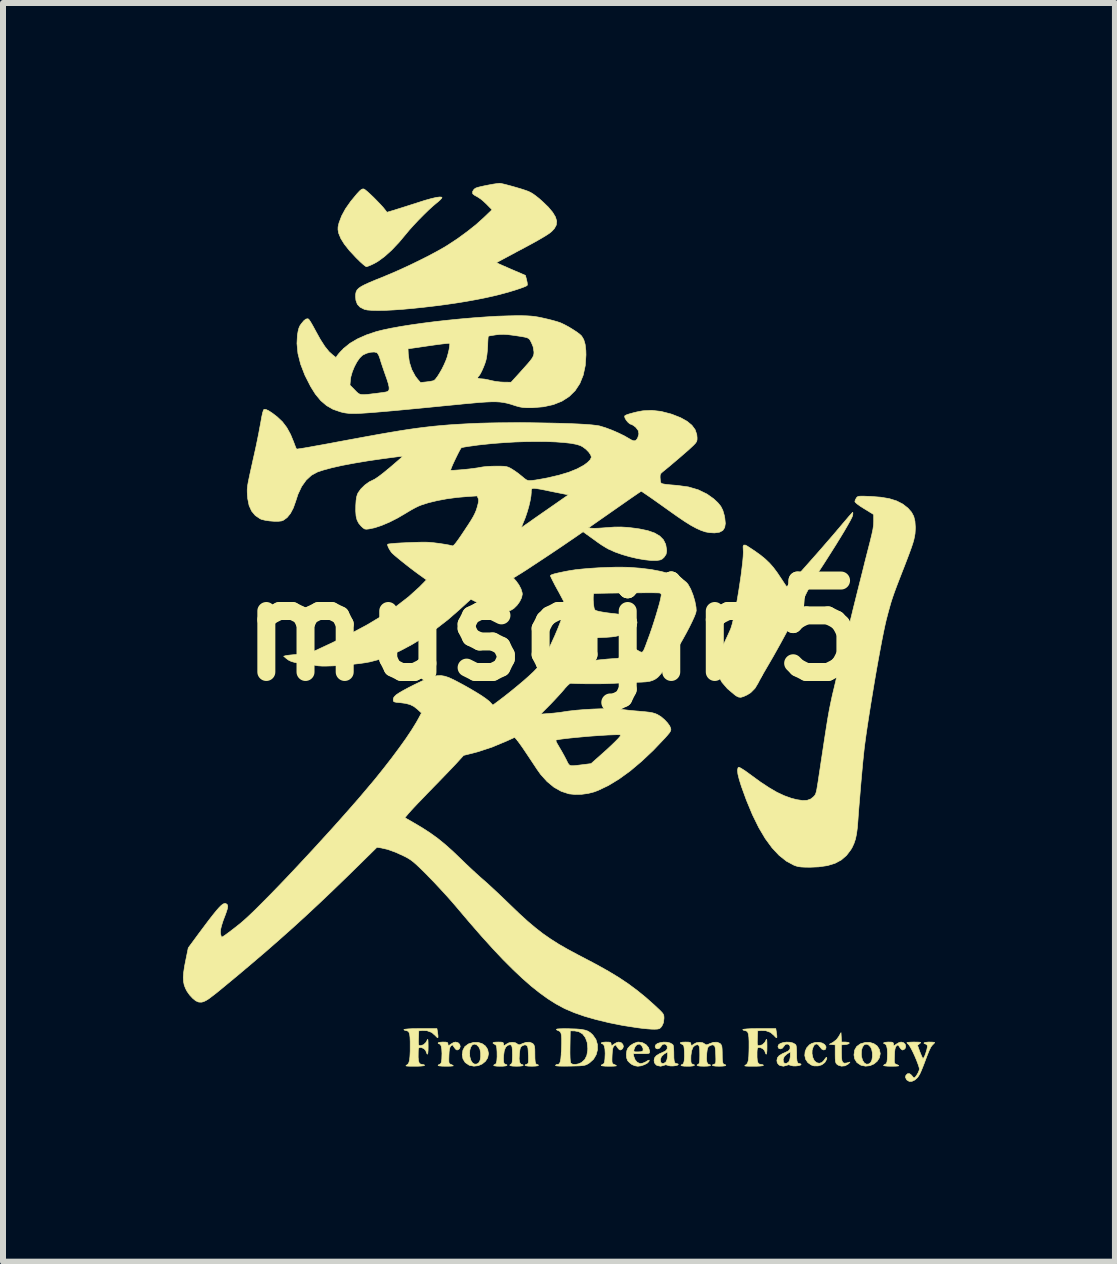
<source format=kicad_pcb>
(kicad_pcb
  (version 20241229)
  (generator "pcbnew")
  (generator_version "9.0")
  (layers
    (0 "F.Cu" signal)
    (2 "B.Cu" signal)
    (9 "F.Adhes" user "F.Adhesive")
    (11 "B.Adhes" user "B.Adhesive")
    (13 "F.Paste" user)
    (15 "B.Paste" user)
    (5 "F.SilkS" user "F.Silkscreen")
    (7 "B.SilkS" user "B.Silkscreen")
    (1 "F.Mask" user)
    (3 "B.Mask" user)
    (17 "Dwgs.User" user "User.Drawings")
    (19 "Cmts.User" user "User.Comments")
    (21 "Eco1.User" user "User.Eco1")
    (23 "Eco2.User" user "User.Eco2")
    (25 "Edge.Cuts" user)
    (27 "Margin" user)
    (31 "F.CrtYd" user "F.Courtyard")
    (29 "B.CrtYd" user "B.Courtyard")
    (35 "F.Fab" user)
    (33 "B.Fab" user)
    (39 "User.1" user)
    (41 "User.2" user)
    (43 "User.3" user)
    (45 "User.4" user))
  (footprint "musojin5"
    (layer "F.Cu")
    (at 6.179 7.461)
    (property "Reference" "musojin5" (at 0 0 0) (layer "F.SilkS") (effects (font (size 1.524 1.524) (thickness 0.3))))
    (attr through_hole)
    (fp_poly (pts (xy 4.798 6.858) (xy 4.865 6.858) (xy 4.91 6.863) (xy 4.928 6.873) (xy 4.919 6.886) (xy 4.884 6.897) (xy 4.858 6.9) (xy 4.796 6.905) (xy 4.796 7.035) (xy 4.798 7.116) (xy 4.805 7.17) (xy 4.821 7.2) (xy 4.847 7.211) (xy 4.887 7.206) (xy 4.923 7.195) (xy 4.938 7.192) (xy 4.931 7.203) (xy 4.911 7.223) (xy 4.857 7.254) (xy 4.797 7.26) (xy 4.744 7.244) (xy 4.721 7.228) (xy 4.706 7.21) (xy 4.697 7.182) (xy 4.693 7.137) (xy 4.692 7.071) (xy 4.692 7.049) (xy 4.692 6.905) (xy 4.594 6.895) (xy 4.654 6.864) (xy 4.714 6.817) (xy 4.751 6.767) (xy 4.789 6.701) (xy 4.798 6.858)) (stroke (width 0.01) (type solid)) (fill yes) (layer "F.SilkS"))
    (fp_poly (pts (xy 4.474 6.874) (xy 4.515 6.898) (xy 4.537 6.93) (xy 4.539 6.954) (xy 4.525 6.984) (xy 4.499 6.99) (xy 4.468 6.975) (xy 4.44 6.941) (xy 4.407 6.9) (xy 4.375 6.888) (xy 4.345 6.905) (xy 4.325 6.94) (xy 4.307 6.997) (xy 4.306 7.052) (xy 4.319 7.116) (xy 4.345 7.17) (xy 4.383 7.202) (xy 4.427 7.212) (xy 4.471 7.198) (xy 4.508 7.16) (xy 4.51 7.156) (xy 4.532 7.124) (xy 4.548 7.113) (xy 4.553 7.125) (xy 4.549 7.146) (xy 4.519 7.199) (xy 4.469 7.237) (xy 4.406 7.256) (xy 4.338 7.255) (xy 4.292 7.24) (xy 4.236 7.2) (xy 4.2 7.146) (xy 4.185 7.082) (xy 4.191 7.017) (xy 4.216 6.956) (xy 4.262 6.905) (xy 4.302 6.881) (xy 4.361 6.864) (xy 4.42 6.862) (xy 4.474 6.874)) (stroke (width 0.01) (type solid)) (fill yes) (layer "F.SilkS"))
    (fp_poly (pts (xy -1.26 6.864) (xy -1.192 6.885) (xy -1.138 6.924) (xy -1.101 6.98) (xy -1.087 7.049) (xy -1.087 7.052) (xy -1.1 7.12) (xy -1.137 7.178) (xy -1.192 7.223) (xy -1.258 7.252) (xy -1.33 7.26) (xy -1.403 7.246) (xy -1.413 7.241) (xy -1.475 7.199) (xy -1.512 7.139) (xy -1.524 7.072) (xy -1.522 7.061) (xy -1.402 7.061) (xy -1.398 7.102) (xy -1.38 7.164) (xy -1.352 7.207) (xy -1.316 7.227) (xy -1.277 7.223) (xy -1.246 7.2) (xy -1.226 7.16) (xy -1.217 7.102) (xy -1.218 7.038) (xy -1.229 6.979) (xy -1.249 6.938) (xy -1.287 6.901) (xy -1.324 6.892) (xy -1.357 6.906) (xy -1.382 6.941) (xy -1.398 6.993) (xy -1.402 7.061) (xy -1.522 7.061) (xy -1.513 6.993) (xy -1.48 6.933) (xy -1.423 6.891) (xy -1.415 6.887) (xy -1.336 6.864) (xy -1.26 6.864)) (stroke (width 0.01) (type solid)) (fill yes) (layer "F.SilkS"))
    (fp_poly (pts (xy 5.269 6.864) (xy 5.337 6.885) (xy 5.392 6.924) (xy 5.428 6.98) (xy 5.443 7.049) (xy 5.443 7.052) (xy 5.429 7.12) (xy 5.392 7.178) (xy 5.338 7.223) (xy 5.271 7.252) (xy 5.199 7.26) (xy 5.127 7.246) (xy 5.116 7.241) (xy 5.054 7.199) (xy 5.017 7.139) (xy 5.005 7.072) (xy 5.007 7.061) (xy 5.127 7.061) (xy 5.131 7.102) (xy 5.149 7.164) (xy 5.178 7.207) (xy 5.214 7.227) (xy 5.252 7.223) (xy 5.283 7.2) (xy 5.303 7.16) (xy 5.313 7.102) (xy 5.312 7.038) (xy 5.3 6.979) (xy 5.28 6.938) (xy 5.242 6.901) (xy 5.205 6.892) (xy 5.173 6.906) (xy 5.147 6.941) (xy 5.131 6.993) (xy 5.127 7.061) (xy 5.007 7.061) (xy 5.016 6.993) (xy 5.05 6.933) (xy 5.107 6.891) (xy 5.115 6.887) (xy 5.194 6.864) (xy 5.269 6.864)) (stroke (width 0.01) (type solid)) (fill yes) (layer "F.SilkS"))
    (fp_poly (pts (xy -1.594 6.869) (xy -1.567 6.896) (xy -1.558 6.932) (xy -1.569 6.966) (xy -1.588 6.983) (xy -1.612 6.991) (xy -1.635 6.976) (xy -1.643 6.966) (xy -1.666 6.935) (xy -1.678 6.914) (xy -1.69 6.906) (xy -1.713 6.922) (xy -1.727 6.942) (xy -1.737 6.973) (xy -1.743 7.021) (xy -1.746 7.082) (xy -1.748 7.146) (xy -1.747 7.186) (xy -1.743 7.209) (xy -1.732 7.222) (xy -1.715 7.23) (xy -1.712 7.231) (xy -1.684 7.244) (xy -1.673 7.254) (xy -1.687 7.257) (xy -1.724 7.26) (xy -1.777 7.261) (xy -1.8 7.261) (xy -1.858 7.26) (xy -1.902 7.256) (xy -1.925 7.251) (xy -1.927 7.248) (xy -1.915 7.234) (xy -1.899 7.228) (xy -1.881 7.216) (xy -1.871 7.19) (xy -1.865 7.14) (xy -1.865 7.14) (xy -1.862 7.047) (xy -1.866 6.973) (xy -1.876 6.921) (xy -1.894 6.894) (xy -1.9 6.892) (xy -1.926 6.881) (xy -1.925 6.87) (xy -1.9 6.862) (xy -1.855 6.858) (xy -1.845 6.858) (xy -1.798 6.859) (xy -1.773 6.865) (xy -1.764 6.877) (xy -1.763 6.888) (xy -1.759 6.912) (xy -1.754 6.918) (xy -1.737 6.909) (xy -1.709 6.889) (xy -1.707 6.888) (xy -1.67 6.866) (xy -1.635 6.858) (xy -1.594 6.869)) (stroke (width 0.01) (type solid)) (fill yes) (layer "F.SilkS"))
    (fp_poly (pts (xy 1.126 6.869) (xy 1.152 6.896) (xy 1.162 6.932) (xy 1.15 6.966) (xy 1.131 6.983) (xy 1.107 6.991) (xy 1.085 6.976) (xy 1.076 6.966) (xy 1.053 6.935) (xy 1.041 6.914) (xy 1.03 6.906) (xy 1.007 6.922) (xy 0.992 6.942) (xy 0.983 6.973) (xy 0.977 7.021) (xy 0.973 7.082) (xy 0.971 7.146) (xy 0.972 7.186) (xy 0.977 7.209) (xy 0.987 7.222) (xy 1.004 7.23) (xy 1.007 7.231) (xy 1.035 7.244) (xy 1.046 7.254) (xy 1.032 7.257) (xy 0.995 7.26) (xy 0.942 7.261) (xy 0.919 7.261) (xy 0.861 7.26) (xy 0.818 7.256) (xy 0.794 7.251) (xy 0.792 7.248) (xy 0.804 7.234) (xy 0.82 7.228) (xy 0.838 7.216) (xy 0.848 7.19) (xy 0.854 7.14) (xy 0.854 7.14) (xy 0.858 7.047) (xy 0.854 6.973) (xy 0.843 6.921) (xy 0.825 6.894) (xy 0.82 6.892) (xy 0.794 6.881) (xy 0.795 6.87) (xy 0.819 6.862) (xy 0.864 6.858) (xy 0.874 6.858) (xy 0.922 6.859) (xy 0.946 6.865) (xy 0.955 6.877) (xy 0.956 6.888) (xy 0.96 6.912) (xy 0.965 6.918) (xy 0.982 6.909) (xy 1.01 6.889) (xy 1.012 6.888) (xy 1.05 6.866) (xy 1.084 6.858) (xy 1.126 6.869)) (stroke (width 0.01) (type solid)) (fill yes) (layer "F.SilkS"))
    (fp_poly (pts (xy 5.832 6.869) (xy 5.859 6.896) (xy 5.868 6.932) (xy 5.857 6.966) (xy 5.837 6.983) (xy 5.814 6.991) (xy 5.791 6.976) (xy 5.782 6.966) (xy 5.76 6.935) (xy 5.748 6.914) (xy 5.736 6.906) (xy 5.713 6.922) (xy 5.699 6.942) (xy 5.689 6.973) (xy 5.683 7.021) (xy 5.68 7.082) (xy 5.678 7.146) (xy 5.678 7.186) (xy 5.683 7.209) (xy 5.693 7.222) (xy 5.711 7.23) (xy 5.714 7.231) (xy 5.742 7.244) (xy 5.752 7.254) (xy 5.739 7.257) (xy 5.702 7.26) (xy 5.649 7.261) (xy 5.625 7.261) (xy 5.568 7.26) (xy 5.524 7.256) (xy 5.501 7.251) (xy 5.498 7.248) (xy 5.511 7.234) (xy 5.527 7.228) (xy 5.544 7.216) (xy 5.555 7.19) (xy 5.561 7.14) (xy 5.561 7.14) (xy 5.564 7.047) (xy 5.56 6.973) (xy 5.549 6.921) (xy 5.532 6.894) (xy 5.526 6.892) (xy 5.5 6.881) (xy 5.501 6.87) (xy 5.526 6.862) (xy 5.571 6.858) (xy 5.581 6.858) (xy 5.628 6.859) (xy 5.653 6.865) (xy 5.662 6.877) (xy 5.663 6.888) (xy 5.666 6.912) (xy 5.672 6.918) (xy 5.688 6.909) (xy 5.717 6.889) (xy 5.718 6.888) (xy 5.756 6.866) (xy 5.791 6.858) (xy 5.832 6.869)) (stroke (width 0.01) (type solid)) (fill yes) (layer "F.SilkS"))
    (fp_poly (pts (xy 1.483 6.87) (xy 1.54 6.902) (xy 1.58 6.949) (xy 1.598 7.004) (xy 1.599 7.014) (xy 1.598 7.032) (xy 1.591 7.043) (xy 1.573 7.049) (xy 1.537 7.052) (xy 1.479 7.052) (xy 1.462 7.052) (xy 1.326 7.052) (xy 1.336 7.1) (xy 1.357 7.154) (xy 1.392 7.195) (xy 1.435 7.215) (xy 1.448 7.217) (xy 1.487 7.209) (xy 1.531 7.19) (xy 1.536 7.187) (xy 1.574 7.164) (xy 1.592 7.159) (xy 1.592 7.17) (xy 1.585 7.185) (xy 1.558 7.211) (xy 1.512 7.235) (xy 1.457 7.254) (xy 1.404 7.261) (xy 1.4 7.261) (xy 1.354 7.253) (xy 1.307 7.234) (xy 1.305 7.233) (xy 1.266 7.203) (xy 1.235 7.171) (xy 1.234 7.17) (xy 1.216 7.123) (xy 1.211 7.063) (xy 1.219 7.005) (xy 1.335 7.005) (xy 1.341 7.018) (xy 1.365 7.022) (xy 1.405 7.022) (xy 1.454 7.019) (xy 1.481 7.009) (xy 1.49 6.998) (xy 1.489 6.963) (xy 1.471 6.926) (xy 1.443 6.898) (xy 1.426 6.891) (xy 1.39 6.9) (xy 1.359 6.932) (xy 1.339 6.981) (xy 1.335 7.005) (xy 1.219 7.005) (xy 1.219 7.002) (xy 1.235 6.963) (xy 1.275 6.918) (xy 1.332 6.882) (xy 1.393 6.86) (xy 1.418 6.858) (xy 1.483 6.87)) (stroke (width 0.01) (type solid)) (fill yes) (layer "F.SilkS"))
    (fp_poly (pts (xy -3.164 -7.361) (xy -3.143 -7.348) (xy -3.105 -7.317) (xy -3.057 -7.273) (xy -3.002 -7.221) (xy -2.946 -7.164) (xy -2.892 -7.108) (xy -2.846 -7.058) (xy -2.812 -7.016) (xy -2.779 -6.973) (xy -2.663 -7.007) (xy -2.61 -7.024) (xy -2.536 -7.047) (xy -2.448 -7.075) (xy -2.354 -7.105) (xy -2.285 -7.127) (xy -2.148 -7.171) (xy -2.037 -7.202) (xy -1.954 -7.221) (xy -1.897 -7.228) (xy -1.866 -7.224) (xy -1.862 -7.22) (xy -1.869 -7.205) (xy -1.895 -7.177) (xy -1.934 -7.142) (xy -1.946 -7.133) (xy -2.009 -7.08) (xy -2.086 -7.01) (xy -2.169 -6.929) (xy -2.254 -6.843) (xy -2.334 -6.758) (xy -2.404 -6.68) (xy -2.445 -6.631) (xy -2.577 -6.473) (xy -2.703 -6.34) (xy -2.822 -6.233) (xy -2.932 -6.153) (xy -2.994 -6.118) (xy -3.047 -6.093) (xy -3.091 -6.075) (xy -3.12 -6.066) (xy -3.122 -6.066) (xy -3.141 -6.076) (xy -3.176 -6.104) (xy -3.223 -6.146) (xy -3.277 -6.199) (xy -3.297 -6.219) (xy -3.406 -6.336) (xy -3.489 -6.441) (xy -3.547 -6.534) (xy -3.582 -6.618) (xy -3.586 -6.633) (xy -3.595 -6.683) (xy -3.594 -6.728) (xy -3.582 -6.781) (xy -3.579 -6.794) (xy -3.535 -6.911) (xy -3.47 -7.031) (xy -3.382 -7.156) (xy -3.277 -7.283) (xy -3.235 -7.328) (xy -3.205 -7.353) (xy -3.182 -7.362) (xy -3.164 -7.361)) (stroke (width 0.01) (type solid)) (fill yes) (layer "F.SilkS"))
    (fp_poly (pts (xy 1.888 6.861) (xy 1.939 6.873) (xy 1.979 6.895) (xy 1.991 6.909) (xy 1.996 6.931) (xy 2 6.974) (xy 2.002 7.031) (xy 2.002 7.047) (xy 2.003 7.122) (xy 2.008 7.171) (xy 2.017 7.201) (xy 2.032 7.214) (xy 2.049 7.217) (xy 2.072 7.223) (xy 2.077 7.231) (xy 2.064 7.243) (xy 2.03 7.252) (xy 1.987 7.257) (xy 1.944 7.256) (xy 1.91 7.249) (xy 1.906 7.247) (xy 1.868 7.236) (xy 1.841 7.245) (xy 1.783 7.261) (xy 1.725 7.249) (xy 1.707 7.238) (xy 1.68 7.205) (xy 1.673 7.165) (xy 1.677 7.149) (xy 1.777 7.149) (xy 1.784 7.195) (xy 1.804 7.214) (xy 1.835 7.213) (xy 1.866 7.194) (xy 1.874 7.183) (xy 1.889 7.147) (xy 1.897 7.099) (xy 1.898 7.086) (xy 1.898 7.022) (xy 1.841 7.057) (xy 1.796 7.099) (xy 1.777 7.149) (xy 1.677 7.149) (xy 1.682 7.121) (xy 1.711 7.085) (xy 1.763 7.053) (xy 1.814 7.031) (xy 1.864 7.006) (xy 1.888 6.978) (xy 1.892 6.969) (xy 1.892 6.927) (xy 1.873 6.9) (xy 1.844 6.89) (xy 1.812 6.9) (xy 1.79 6.929) (xy 1.765 6.96) (xy 1.734 6.972) (xy 1.706 6.965) (xy 1.691 6.937) (xy 1.691 6.936) (xy 1.7 6.905) (xy 1.73 6.882) (xy 1.777 6.867) (xy 1.832 6.859) (xy 1.888 6.861)) (stroke (width 0.01) (type solid)) (fill yes) (layer "F.SilkS"))
    (fp_poly (pts (xy 3.935 6.861) (xy 3.986 6.873) (xy 4.026 6.895) (xy 4.038 6.909) (xy 4.043 6.931) (xy 4.047 6.974) (xy 4.049 7.031) (xy 4.049 7.047) (xy 4.05 7.122) (xy 4.055 7.171) (xy 4.064 7.201) (xy 4.079 7.214) (xy 4.095 7.217) (xy 4.119 7.223) (xy 4.124 7.231) (xy 4.111 7.243) (xy 4.077 7.252) (xy 4.034 7.257) (xy 3.991 7.256) (xy 3.957 7.249) (xy 3.953 7.247) (xy 3.915 7.236) (xy 3.888 7.245) (xy 3.83 7.261) (xy 3.772 7.249) (xy 3.754 7.238) (xy 3.727 7.205) (xy 3.72 7.165) (xy 3.724 7.149) (xy 3.824 7.149) (xy 3.831 7.195) (xy 3.851 7.214) (xy 3.881 7.213) (xy 3.912 7.194) (xy 3.921 7.183) (xy 3.936 7.147) (xy 3.944 7.099) (xy 3.944 7.086) (xy 3.944 7.022) (xy 3.888 7.057) (xy 3.843 7.099) (xy 3.824 7.149) (xy 3.724 7.149) (xy 3.729 7.121) (xy 3.758 7.085) (xy 3.81 7.053) (xy 3.861 7.031) (xy 3.911 7.006) (xy 3.935 6.978) (xy 3.939 6.969) (xy 3.939 6.927) (xy 3.92 6.9) (xy 3.89 6.89) (xy 3.859 6.9) (xy 3.837 6.929) (xy 3.812 6.96) (xy 3.781 6.972) (xy 3.753 6.965) (xy 3.738 6.937) (xy 3.738 6.936) (xy 3.747 6.905) (xy 3.777 6.882) (xy 3.824 6.867) (xy 3.879 6.859) (xy 3.935 6.861)) (stroke (width 0.01) (type solid)) (fill yes) (layer "F.SilkS"))
    (fp_poly (pts (xy 0.258 6.636) (xy 0.273 6.637) (xy 0.379 6.64) (xy 0.46 6.647) (xy 0.522 6.659) (xy 0.571 6.676) (xy 0.611 6.702) (xy 0.648 6.736) (xy 0.653 6.741) (xy 0.704 6.815) (xy 0.729 6.899) (xy 0.73 6.986) (xy 0.708 7.069) (xy 0.664 7.144) (xy 0.597 7.205) (xy 0.59 7.209) (xy 0.563 7.226) (xy 0.538 7.238) (xy 0.51 7.246) (xy 0.475 7.251) (xy 0.426 7.255) (xy 0.357 7.257) (xy 0.274 7.259) (xy 0.172 7.26) (xy 0.098 7.259) (xy 0.052 7.256) (xy 0.031 7.25) (xy 0.03 7.248) (xy 0.042 7.234) (xy 0.058 7.232) (xy 0.081 7.228) (xy 0.098 7.213) (xy 0.11 7.184) (xy 0.119 7.136) (xy 0.125 7.065) (xy 0.126 7.041) (xy 0.271 7.041) (xy 0.273 7.123) (xy 0.277 7.178) (xy 0.283 7.207) (xy 0.285 7.211) (xy 0.317 7.228) (xy 0.364 7.231) (xy 0.417 7.22) (xy 0.465 7.198) (xy 0.519 7.148) (xy 0.552 7.082) (xy 0.567 6.997) (xy 0.568 6.962) (xy 0.558 6.863) (xy 0.528 6.783) (xy 0.481 6.722) (xy 0.418 6.685) (xy 0.348 6.672) (xy 0.276 6.671) (xy 0.272 6.931) (xy 0.271 7.041) (xy 0.126 7.041) (xy 0.129 6.99) (xy 0.133 6.883) (xy 0.133 6.803) (xy 0.129 6.745) (xy 0.12 6.706) (xy 0.105 6.683) (xy 0.085 6.671) (xy 0.082 6.67) (xy 0.054 6.658) (xy 0.045 6.646) (xy 0.059 6.64) (xy 0.101 6.637) (xy 0.168 6.635) (xy 0.258 6.636)) (stroke (width 0.01) (type solid)) (fill yes) (layer "F.SilkS"))
    (fp_poly (pts (xy 6.308 6.859) (xy 6.34 6.862) (xy 6.35 6.866) (xy 6.34 6.881) (xy 6.315 6.905) (xy 6.313 6.907) (xy 6.287 6.941) (xy 6.257 7.003) (xy 6.221 7.092) (xy 6.208 7.127) (xy 6.179 7.205) (xy 6.15 7.28) (xy 6.124 7.343) (xy 6.104 7.387) (xy 6.104 7.389) (xy 6.066 7.448) (xy 6.02 7.49) (xy 5.971 7.513) (xy 5.926 7.514) (xy 5.888 7.491) (xy 5.879 7.479) (xy 5.863 7.445) (xy 5.87 7.415) (xy 5.871 7.412) (xy 5.898 7.386) (xy 5.932 7.385) (xy 5.964 7.41) (xy 5.97 7.418) (xy 5.992 7.445) (xy 6.008 7.456) (xy 6.026 7.443) (xy 6.05 7.412) (xy 6.073 7.373) (xy 6.09 7.333) (xy 6.096 7.307) (xy 6.089 7.275) (xy 6.072 7.224) (xy 6.048 7.161) (xy 6.019 7.092) (xy 5.988 7.025) (xy 5.958 6.966) (xy 5.933 6.922) (xy 5.917 6.9) (xy 5.894 6.879) (xy 5.887 6.867) (xy 5.901 6.863) (xy 5.937 6.86) (xy 5.99 6.858) (xy 6.01 6.858) (xy 6.07 6.859) (xy 6.104 6.861) (xy 6.117 6.865) (xy 6.113 6.873) (xy 6.099 6.885) (xy 6.064 6.912) (xy 6.101 7.014) (xy 6.122 7.066) (xy 6.14 7.107) (xy 6.152 7.129) (xy 6.153 7.13) (xy 6.165 7.125) (xy 6.183 7.093) (xy 6.199 7.051) (xy 6.22 6.983) (xy 6.229 6.937) (xy 6.225 6.909) (xy 6.209 6.895) (xy 6.201 6.892) (xy 6.173 6.881) (xy 6.173 6.871) (xy 6.197 6.863) (xy 6.243 6.858) (xy 6.26 6.858) (xy 6.308 6.859)) (stroke (width 0.01) (type solid)) (fill yes) (layer "F.SilkS"))
    (fp_poly (pts (xy -1.937 6.69) (xy -1.929 6.748) (xy -1.928 6.78) (xy -1.936 6.786) (xy -1.955 6.77) (xy -1.973 6.75) (xy -2.035 6.697) (xy -2.112 6.669) (xy -2.189 6.666) (xy -2.249 6.671) (xy -2.253 6.795) (xy -2.255 6.855) (xy -2.253 6.892) (xy -2.248 6.91) (xy -2.237 6.917) (xy -2.226 6.918) (xy -2.171 6.904) (xy -2.129 6.864) (xy -2.115 6.839) (xy -2.105 6.818) (xy -2.099 6.813) (xy -2.096 6.826) (xy -2.094 6.862) (xy -2.093 6.924) (xy -2.093 6.93) (xy -2.094 7) (xy -2.098 7.044) (xy -2.105 7.06) (xy -2.107 7.06) (xy -2.12 7.038) (xy -2.122 7.029) (xy -2.134 6.997) (xy -2.165 6.967) (xy -2.204 6.95) (xy -2.219 6.948) (xy -2.241 6.95) (xy -2.252 6.962) (xy -2.257 6.992) (xy -2.258 7.026) (xy -2.259 7.11) (xy -2.254 7.169) (xy -2.242 7.206) (xy -2.221 7.225) (xy -2.191 7.231) (xy -2.187 7.232) (xy -2.16 7.237) (xy -2.152 7.246) (xy -2.166 7.253) (xy -2.206 7.258) (xy -2.269 7.261) (xy -2.32 7.261) (xy -2.391 7.261) (xy -2.437 7.259) (xy -2.46 7.256) (xy -2.463 7.251) (xy -2.451 7.243) (xy -2.451 7.242) (xy -2.429 7.226) (xy -2.413 7.198) (xy -2.402 7.155) (xy -2.396 7.094) (xy -2.392 7.009) (xy -2.392 6.948) (xy -2.392 6.85) (xy -2.395 6.779) (xy -2.401 6.729) (xy -2.412 6.697) (xy -2.428 6.678) (xy -2.45 6.669) (xy -2.452 6.669) (xy -2.489 6.659) (xy -2.497 6.651) (xy -2.476 6.644) (xy -2.428 6.639) (xy -2.353 6.635) (xy -2.252 6.634) (xy -2.221 6.634) (xy -1.946 6.634) (xy -1.937 6.69)) (stroke (width 0.01) (type solid)) (fill yes) (layer "F.SilkS"))
    (fp_poly (pts (xy 3.711 6.69) (xy 3.719 6.748) (xy 3.72 6.78) (xy 3.711 6.786) (xy 3.692 6.77) (xy 3.675 6.75) (xy 3.613 6.697) (xy 3.536 6.669) (xy 3.459 6.666) (xy 3.399 6.671) (xy 3.395 6.795) (xy 3.393 6.855) (xy 3.394 6.892) (xy 3.4 6.91) (xy 3.41 6.917) (xy 3.422 6.918) (xy 3.477 6.904) (xy 3.519 6.864) (xy 3.533 6.839) (xy 3.542 6.818) (xy 3.549 6.813) (xy 3.552 6.826) (xy 3.554 6.862) (xy 3.555 6.924) (xy 3.555 6.93) (xy 3.554 7) (xy 3.55 7.044) (xy 3.543 7.06) (xy 3.541 7.06) (xy 3.527 7.038) (xy 3.526 7.029) (xy 3.513 6.997) (xy 3.482 6.967) (xy 3.444 6.95) (xy 3.429 6.948) (xy 3.407 6.95) (xy 3.396 6.962) (xy 3.391 6.992) (xy 3.389 7.026) (xy 3.389 7.11) (xy 3.394 7.169) (xy 3.406 7.206) (xy 3.426 7.225) (xy 3.457 7.231) (xy 3.461 7.232) (xy 3.488 7.237) (xy 3.496 7.246) (xy 3.482 7.253) (xy 3.441 7.258) (xy 3.378 7.261) (xy 3.328 7.261) (xy 3.256 7.261) (xy 3.211 7.259) (xy 3.188 7.256) (xy 3.184 7.251) (xy 3.196 7.243) (xy 3.197 7.242) (xy 3.219 7.226) (xy 3.235 7.198) (xy 3.246 7.155) (xy 3.252 7.094) (xy 3.255 7.009) (xy 3.256 6.948) (xy 3.256 6.85) (xy 3.253 6.779) (xy 3.246 6.729) (xy 3.236 6.697) (xy 3.22 6.678) (xy 3.198 6.669) (xy 3.195 6.669) (xy 3.159 6.659) (xy 3.151 6.651) (xy 3.171 6.644) (xy 3.22 6.639) (xy 3.295 6.635) (xy 3.396 6.634) (xy 3.427 6.634) (xy 3.702 6.634) (xy 3.711 6.69)) (stroke (width 0.01) (type solid)) (fill yes) (layer "F.SilkS"))
    (fp_poly (pts (xy 4.987 -1.959) (xy 4.984 -1.927) (xy 4.982 -1.916) (xy 4.97 -1.886) (xy 4.943 -1.833) (xy 4.901 -1.758) (xy 4.846 -1.663) (xy 4.778 -1.551) (xy 4.698 -1.421) (xy 4.607 -1.277) (xy 4.507 -1.12) (xy 4.415 -0.979) (xy 4.362 -0.893) (xy 4.308 -0.802) (xy 4.258 -0.713) (xy 4.217 -0.636) (xy 4.206 -0.613) (xy 4.112 -0.42) (xy 4.007 -0.212) (xy 3.895 0.003) (xy 3.779 0.217) (xy 3.665 0.421) (xy 3.557 0.607) (xy 3.551 0.617) (xy 3.508 0.691) (xy 3.468 0.76) (xy 3.436 0.82) (xy 3.413 0.863) (xy 3.409 0.872) (xy 3.355 0.962) (xy 3.284 1.034) (xy 3.225 1.071) (xy 3.164 1.099) (xy 3.119 1.112) (xy 3.082 1.108) (xy 3.043 1.089) (xy 3.017 1.07) (xy 2.896 0.968) (xy 2.805 0.862) (xy 2.744 0.753) (xy 2.711 0.639) (xy 2.707 0.595) (xy 2.705 0.558) (xy 2.706 0.527) (xy 2.711 0.497) (xy 2.722 0.462) (xy 2.741 0.416) (xy 2.769 0.356) (xy 2.808 0.275) (xy 2.816 0.259) (xy 2.856 0.177) (xy 2.892 0.1) (xy 2.922 0.034) (xy 2.944 -0.015) (xy 2.953 -0.037) (xy 2.972 -0.098) (xy 2.993 -0.182) (xy 3.015 -0.284) (xy 3.038 -0.4) (xy 3.061 -0.525) (xy 3.083 -0.656) (xy 3.103 -0.787) (xy 3.122 -0.915) (xy 3.137 -1.036) (xy 3.15 -1.144) (xy 3.158 -1.236) (xy 3.161 -1.308) (xy 3.159 -1.353) (xy 3.157 -1.403) (xy 3.169 -1.426) (xy 3.197 -1.425) (xy 3.226 -1.409) (xy 3.347 -1.33) (xy 3.446 -1.259) (xy 3.528 -1.192) (xy 3.598 -1.125) (xy 3.662 -1.052) (xy 3.724 -0.969) (xy 3.784 -0.879) (xy 3.822 -0.822) (xy 3.853 -0.775) (xy 3.875 -0.744) (xy 3.885 -0.734) (xy 3.899 -0.746) (xy 3.931 -0.777) (xy 3.978 -0.827) (xy 4.039 -0.892) (xy 4.11 -0.97) (xy 4.19 -1.06) (xy 4.277 -1.158) (xy 4.369 -1.262) (xy 4.463 -1.369) (xy 4.558 -1.479) (xy 4.652 -1.587) (xy 4.741 -1.692) (xy 4.823 -1.789) (xy 4.876 -1.851) (xy 4.921 -1.904) (xy 4.957 -1.944) (xy 4.979 -1.968) (xy 4.984 -1.972) (xy 4.987 -1.959)) (stroke (width 0.01) (type solid)) (fill yes) (layer "F.SilkS"))
    (fp_poly (pts (xy -0.874 -7.452) (xy -0.825 -7.441) (xy -0.759 -7.424) (xy -0.682 -7.403) (xy -0.633 -7.389) (xy -0.542 -7.362) (xy -0.474 -7.34) (xy -0.422 -7.321) (xy -0.379 -7.3) (xy -0.34 -7.276) (xy -0.3 -7.247) (xy -0.242 -7.201) (xy -0.176 -7.142) (xy -0.113 -7.081) (xy -0.092 -7.061) (xy -0.018 -6.973) (xy 0.029 -6.895) (xy 0.05 -6.825) (xy 0.043 -6.76) (xy 0.01 -6.7) (xy -0.034 -6.653) (xy -0.061 -6.631) (xy -0.095 -6.607) (xy -0.137 -6.58) (xy -0.192 -6.547) (xy -0.261 -6.507) (xy -0.347 -6.459) (xy -0.454 -6.401) (xy -0.584 -6.332) (xy -0.62 -6.313) (xy -0.71 -6.264) (xy -0.791 -6.221) (xy -0.86 -6.184) (xy -0.912 -6.156) (xy -0.944 -6.139) (xy -0.953 -6.134) (xy -0.941 -6.127) (xy -0.907 -6.11) (xy -0.853 -6.086) (xy -0.784 -6.056) (xy -0.714 -6.025) (xy -0.471 -5.921) (xy -0.452 -5.848) (xy -0.442 -5.802) (xy -0.439 -5.767) (xy -0.44 -5.757) (xy -0.457 -5.744) (xy -0.499 -5.726) (xy -0.562 -5.703) (xy -0.641 -5.677) (xy -0.733 -5.649) (xy -0.833 -5.621) (xy -0.936 -5.594) (xy -0.994 -5.58) (xy -1.137 -5.548) (xy -1.293 -5.517) (xy -1.46 -5.487) (xy -1.634 -5.459) (xy -1.813 -5.433) (xy -1.993 -5.41) (xy -2.171 -5.389) (xy -2.344 -5.371) (xy -2.509 -5.356) (xy -2.664 -5.345) (xy -2.803 -5.338) (xy -2.926 -5.336) (xy -3.028 -5.338) (xy -3.107 -5.344) (xy -3.156 -5.355) (xy -3.227 -5.391) (xy -3.273 -5.44) (xy -3.297 -5.507) (xy -3.302 -5.572) (xy -3.3 -5.613) (xy -3.293 -5.647) (xy -3.277 -5.678) (xy -3.249 -5.707) (xy -3.207 -5.736) (xy -3.148 -5.767) (xy -3.069 -5.803) (xy -2.966 -5.846) (xy -2.88 -5.88) (xy -2.729 -5.943) (xy -2.568 -6.013) (xy -2.403 -6.089) (xy -2.24 -6.168) (xy -2.085 -6.246) (xy -1.943 -6.322) (xy -1.821 -6.391) (xy -1.766 -6.425) (xy -1.603 -6.532) (xy -1.446 -6.647) (xy -1.3 -6.762) (xy -1.175 -6.874) (xy -1.16 -6.888) (xy -1.028 -7.015) (xy -1.119 -7.108) (xy -1.17 -7.156) (xy -1.223 -7.199) (xy -1.268 -7.228) (xy -1.276 -7.233) (xy -1.317 -7.255) (xy -1.345 -7.277) (xy -1.351 -7.286) (xy -1.35 -7.322) (xy -1.326 -7.358) (xy -1.297 -7.377) (xy -1.269 -7.387) (xy -1.218 -7.4) (xy -1.154 -7.414) (xy -1.083 -7.428) (xy -1.014 -7.441) (xy -0.953 -7.45) (xy -0.909 -7.455) (xy -0.899 -7.456) (xy -0.874 -7.452)) (stroke (width 0.01) (type solid)) (fill yes) (layer "F.SilkS"))
    (fp_poly (pts (xy -0.876 6.859) (xy -0.849 6.864) (xy -0.838 6.875) (xy -0.837 6.888) (xy -0.832 6.913) (xy -0.816 6.913) (xy -0.79 6.894) (xy -0.745 6.87) (xy -0.69 6.862) (xy -0.638 6.87) (xy -0.614 6.884) (xy -0.59 6.901) (xy -0.569 6.904) (xy -0.54 6.893) (xy -0.525 6.885) (xy -0.459 6.862) (xy -0.399 6.861) (xy -0.351 6.881) (xy -0.344 6.888) (xy -0.329 6.907) (xy -0.32 6.933) (xy -0.315 6.973) (xy -0.314 7.033) (xy -0.314 7.051) (xy -0.313 7.129) (xy -0.309 7.182) (xy -0.301 7.214) (xy -0.288 7.229) (xy -0.275 7.232) (xy -0.256 7.24) (xy -0.254 7.246) (xy -0.268 7.254) (xy -0.306 7.259) (xy -0.361 7.261) (xy -0.366 7.261) (xy -0.426 7.259) (xy -0.464 7.253) (xy -0.479 7.244) (xy -0.469 7.234) (xy -0.448 7.227) (xy -0.434 7.221) (xy -0.425 7.209) (xy -0.421 7.184) (xy -0.42 7.142) (xy -0.421 7.075) (xy -0.422 7.074) (xy -0.425 7.004) (xy -0.429 6.958) (xy -0.437 6.93) (xy -0.448 6.915) (xy -0.452 6.912) (xy -0.48 6.904) (xy -0.515 6.916) (xy -0.519 6.918) (xy -0.541 6.933) (xy -0.555 6.953) (xy -0.563 6.986) (xy -0.57 7.04) (xy -0.572 7.053) (xy -0.576 7.138) (xy -0.568 7.195) (xy -0.549 7.226) (xy -0.531 7.232) (xy -0.511 7.239) (xy -0.508 7.246) (xy -0.522 7.254) (xy -0.56 7.259) (xy -0.615 7.261) (xy -0.62 7.261) (xy -0.682 7.259) (xy -0.72 7.253) (xy -0.733 7.243) (xy -0.719 7.23) (xy -0.71 7.226) (xy -0.699 7.216) (xy -0.692 7.192) (xy -0.689 7.15) (xy -0.687 7.084) (xy -0.687 7.067) (xy -0.689 6.99) (xy -0.694 6.939) (xy -0.706 6.911) (xy -0.726 6.902) (xy -0.756 6.909) (xy -0.77 6.915) (xy -0.802 6.946) (xy -0.824 7.003) (xy -0.835 7.085) (xy -0.837 7.132) (xy -0.835 7.182) (xy -0.829 7.21) (xy -0.817 7.224) (xy -0.807 7.227) (xy -0.779 7.238) (xy -0.779 7.248) (xy -0.803 7.256) (xy -0.85 7.261) (xy -0.889 7.261) (xy -0.945 7.26) (xy -0.985 7.255) (xy -1.001 7.247) (xy -1.001 7.246) (xy -0.989 7.233) (xy -0.979 7.232) (xy -0.96 7.217) (xy -0.948 7.174) (xy -0.943 7.102) (xy -0.944 7.022) (xy -0.948 6.964) (xy -0.953 6.928) (xy -0.963 6.908) (xy -0.979 6.897) (xy -0.982 6.896) (xy -1.011 6.879) (xy -1.01 6.867) (xy -0.98 6.86) (xy -0.926 6.858) (xy -0.876 6.859)) (stroke (width 0.01) (type solid)) (fill yes) (layer "F.SilkS"))
    (fp_poly (pts (xy 2.246 6.859) (xy 2.273 6.864) (xy 2.284 6.875) (xy 2.286 6.888) (xy 2.291 6.913) (xy 2.307 6.913) (xy 2.332 6.894) (xy 2.377 6.87) (xy 2.432 6.862) (xy 2.485 6.87) (xy 2.509 6.884) (xy 2.533 6.901) (xy 2.553 6.904) (xy 2.582 6.893) (xy 2.598 6.885) (xy 2.663 6.862) (xy 2.724 6.861) (xy 2.772 6.881) (xy 2.779 6.888) (xy 2.794 6.907) (xy 2.803 6.933) (xy 2.807 6.973) (xy 2.809 7.033) (xy 2.809 7.051) (xy 2.81 7.129) (xy 2.814 7.182) (xy 2.822 7.214) (xy 2.835 7.229) (xy 2.848 7.232) (xy 2.867 7.24) (xy 2.869 7.246) (xy 2.855 7.254) (xy 2.817 7.259) (xy 2.762 7.261) (xy 2.757 7.261) (xy 2.697 7.259) (xy 2.659 7.253) (xy 2.643 7.244) (xy 2.654 7.234) (xy 2.675 7.227) (xy 2.689 7.221) (xy 2.698 7.209) (xy 2.702 7.184) (xy 2.703 7.142) (xy 2.701 7.075) (xy 2.701 7.074) (xy 2.698 7.004) (xy 2.693 6.958) (xy 2.686 6.93) (xy 2.674 6.915) (xy 2.671 6.912) (xy 2.643 6.904) (xy 2.608 6.916) (xy 2.603 6.918) (xy 2.582 6.933) (xy 2.568 6.953) (xy 2.559 6.986) (xy 2.552 7.04) (xy 2.551 7.053) (xy 2.547 7.138) (xy 2.554 7.195) (xy 2.574 7.226) (xy 2.592 7.232) (xy 2.612 7.239) (xy 2.615 7.246) (xy 2.601 7.254) (xy 2.563 7.259) (xy 2.508 7.261) (xy 2.503 7.261) (xy 2.441 7.259) (xy 2.402 7.253) (xy 2.389 7.243) (xy 2.404 7.23) (xy 2.413 7.226) (xy 2.424 7.216) (xy 2.43 7.192) (xy 2.434 7.15) (xy 2.435 7.084) (xy 2.435 7.067) (xy 2.434 6.99) (xy 2.428 6.939) (xy 2.417 6.911) (xy 2.397 6.902) (xy 2.367 6.909) (xy 2.353 6.915) (xy 2.321 6.946) (xy 2.299 7.003) (xy 2.287 7.085) (xy 2.286 7.132) (xy 2.287 7.182) (xy 2.293 7.21) (xy 2.306 7.224) (xy 2.316 7.227) (xy 2.344 7.238) (xy 2.344 7.248) (xy 2.32 7.256) (xy 2.273 7.261) (xy 2.234 7.261) (xy 2.177 7.26) (xy 2.138 7.255) (xy 2.122 7.247) (xy 2.122 7.246) (xy 2.134 7.233) (xy 2.143 7.232) (xy 2.163 7.217) (xy 2.175 7.174) (xy 2.18 7.102) (xy 2.179 7.022) (xy 2.175 6.964) (xy 2.17 6.928) (xy 2.16 6.908) (xy 2.143 6.897) (xy 2.14 6.896) (xy 2.112 6.879) (xy 2.112 6.867) (xy 2.143 6.86) (xy 2.196 6.858) (xy 2.246 6.859)) (stroke (width 0.01) (type solid)) (fill yes) (layer "F.SilkS"))
    (fp_poly (pts (xy 5.169 -2.241) (xy 5.241 -2.238) (xy 5.28 -2.237) (xy 5.449 -2.224) (xy 5.593 -2.2) (xy 5.715 -2.162) (xy 5.817 -2.11) (xy 5.903 -2.043) (xy 5.908 -2.038) (xy 5.964 -1.974) (xy 6.001 -1.905) (xy 6.021 -1.825) (xy 6.028 -1.725) (xy 6.028 -1.711) (xy 6.026 -1.663) (xy 6.023 -1.617) (xy 6.015 -1.57) (xy 6.004 -1.518) (xy 5.987 -1.458) (xy 5.963 -1.386) (xy 5.932 -1.3) (xy 5.892 -1.194) (xy 5.843 -1.066) (xy 5.809 -0.98) (xy 5.757 -0.846) (xy 5.714 -0.734) (xy 5.679 -0.639) (xy 5.649 -0.553) (xy 5.623 -0.473) (xy 5.6 -0.392) (xy 5.576 -0.305) (xy 5.55 -0.206) (xy 5.543 -0.179) (xy 5.523 -0.092) (xy 5.499 0.021) (xy 5.472 0.156) (xy 5.443 0.31) (xy 5.412 0.478) (xy 5.38 0.656) (xy 5.348 0.842) (xy 5.317 1.03) (xy 5.286 1.218) (xy 5.257 1.402) (xy 5.23 1.577) (xy 5.206 1.741) (xy 5.186 1.888) (xy 5.178 1.95) (xy 5.171 2.013) (xy 5.162 2.1) (xy 5.151 2.207) (xy 5.14 2.329) (xy 5.128 2.461) (xy 5.116 2.598) (xy 5.105 2.735) (xy 5.094 2.866) (xy 5.084 2.987) (xy 5.076 3.093) (xy 5.072 3.153) (xy 5.062 3.282) (xy 5.048 3.388) (xy 5.03 3.475) (xy 5.005 3.549) (xy 4.974 3.616) (xy 4.952 3.653) (xy 4.88 3.748) (xy 4.793 3.823) (xy 4.688 3.879) (xy 4.563 3.917) (xy 4.416 3.938) (xy 4.273 3.944) (xy 4.19 3.943) (xy 4.128 3.94) (xy 4.081 3.934) (xy 4.042 3.924) (xy 4.004 3.91) (xy 3.879 3.843) (xy 3.758 3.747) (xy 3.64 3.621) (xy 3.527 3.467) (xy 3.418 3.283) (xy 3.313 3.069) (xy 3.212 2.826) (xy 3.128 2.595) (xy 3.092 2.479) (xy 3.07 2.39) (xy 3.064 2.326) (xy 3.072 2.288) (xy 3.084 2.277) (xy 3.102 2.283) (xy 3.14 2.305) (xy 3.193 2.339) (xy 3.256 2.385) (xy 3.289 2.409) (xy 3.448 2.525) (xy 3.591 2.619) (xy 3.721 2.695) (xy 3.843 2.752) (xy 3.959 2.794) (xy 4.054 2.818) (xy 4.149 2.832) (xy 4.223 2.829) (xy 4.284 2.807) (xy 4.327 2.773) (xy 4.34 2.76) (xy 4.351 2.748) (xy 4.36 2.733) (xy 4.369 2.713) (xy 4.377 2.685) (xy 4.386 2.645) (xy 4.395 2.59) (xy 4.407 2.517) (xy 4.421 2.423) (xy 4.439 2.305) (xy 4.453 2.211) (xy 4.482 2.019) (xy 4.507 1.854) (xy 4.529 1.711) (xy 4.548 1.589) (xy 4.565 1.483) (xy 4.581 1.391) (xy 4.596 1.309) (xy 4.611 1.234) (xy 4.626 1.163) (xy 4.641 1.093) (xy 4.658 1.02) (xy 4.663 1.001) (xy 4.711 0.798) (xy 4.754 0.621) (xy 4.791 0.466) (xy 4.823 0.332) (xy 4.852 0.213) (xy 4.877 0.107) (xy 4.901 0.012) (xy 4.922 -0.077) (xy 4.932 -0.12) (xy 4.963 -0.244) (xy 4.997 -0.384) (xy 5.035 -0.536) (xy 5.074 -0.693) (xy 5.114 -0.852) (xy 5.153 -1.007) (xy 5.189 -1.153) (xy 5.223 -1.286) (xy 5.252 -1.399) (xy 5.275 -1.488) (xy 5.275 -1.489) (xy 5.302 -1.6) (xy 5.321 -1.689) (xy 5.331 -1.762) (xy 5.334 -1.825) (xy 5.334 -1.826) (xy 5.333 -1.935) (xy 5.177 -2.031) (xy 5.109 -2.074) (xy 5.058 -2.111) (xy 5.028 -2.138) (xy 5.02 -2.151) (xy 5.028 -2.18) (xy 5.045 -2.21) (xy 5.055 -2.224) (xy 5.068 -2.233) (xy 5.088 -2.239) (xy 5.12 -2.241) (xy 5.169 -2.241)) (stroke (width 0.01) (type solid)) (fill yes) (layer "F.SilkS"))
    (fp_poly (pts (xy -0.452 -5.247) (xy -0.385 -5.243) (xy -0.324 -5.237) (xy -0.262 -5.227) (xy -0.189 -5.212) (xy -0.172 -5.208) (xy -0.089 -5.189) (xy -0.007 -5.168) (xy 0.065 -5.147) (xy 0.117 -5.129) (xy 0.177 -5.101) (xy 0.246 -5.064) (xy 0.317 -5.021) (xy 0.382 -4.979) (xy 0.434 -4.94) (xy 0.465 -4.911) (xy 0.501 -4.851) (xy 0.524 -4.772) (xy 0.536 -4.669) (xy 0.538 -4.595) (xy 0.526 -4.417) (xy 0.492 -4.258) (xy 0.436 -4.119) (xy 0.358 -4) (xy 0.258 -3.902) (xy 0.137 -3.824) (xy -0.006 -3.767) (xy -0.17 -3.731) (xy -0.355 -3.715) (xy -0.37 -3.715) (xy -0.449 -3.715) (xy -0.51 -3.719) (xy -0.564 -3.728) (xy -0.621 -3.743) (xy -0.653 -3.753) (xy -0.717 -3.774) (xy -0.776 -3.79) (xy -0.834 -3.802) (xy -0.894 -3.81) (xy -0.961 -3.814) (xy -1.038 -3.814) (xy -1.128 -3.81) (xy -1.237 -3.803) (xy -1.366 -3.791) (xy -1.521 -3.777) (xy -1.556 -3.773) (xy -1.825 -3.747) (xy -2.067 -3.723) (xy -2.283 -3.702) (xy -2.473 -3.684) (xy -2.641 -3.668) (xy -2.788 -3.655) (xy -2.916 -3.644) (xy -3.026 -3.635) (xy -3.12 -3.628) (xy -3.2 -3.623) (xy -3.268 -3.62) (xy -3.324 -3.619) (xy -3.372 -3.619) (xy -3.413 -3.621) (xy -3.448 -3.625) (xy -3.479 -3.629) (xy -3.509 -3.635) (xy -3.538 -3.642) (xy -3.556 -3.647) (xy -3.678 -3.689) (xy -3.786 -3.751) (xy -3.883 -3.834) (xy -3.972 -3.942) (xy -4.046 -4.06) (xy -4.063 -4.092) (xy -3.396 -4.092) (xy -3.316 -4.011) (xy -3.284 -3.978) (xy -3.258 -3.955) (xy -3.232 -3.941) (xy -3.201 -3.934) (xy -3.159 -3.933) (xy -3.101 -3.937) (xy -3.021 -3.947) (xy -2.98 -3.951) (xy -2.908 -3.961) (xy -2.845 -3.969) (xy -2.798 -3.977) (xy -2.775 -3.983) (xy -2.753 -3.997) (xy -2.743 -4.022) (xy -2.744 -4.061) (xy -2.757 -4.118) (xy -2.782 -4.197) (xy -2.8 -4.247) (xy -2.828 -4.327) (xy -2.855 -4.406) (xy -2.878 -4.475) (xy -2.893 -4.526) (xy -2.893 -4.526) (xy -2.915 -4.587) (xy -2.938 -4.625) (xy -2.948 -4.634) (xy -2.992 -4.644) (xy -3.051 -4.64) (xy -3.115 -4.624) (xy -3.174 -4.597) (xy -3.189 -4.588) (xy -3.234 -4.544) (xy -3.28 -4.478) (xy -3.322 -4.399) (xy -3.357 -4.313) (xy -3.381 -4.23) (xy -3.388 -4.183) (xy -3.396 -4.092) (xy -4.063 -4.092) (xy -4.146 -4.255) (xy -4.218 -4.441) (xy -4.263 -4.619) (xy -4.279 -4.786) (xy -4.272 -4.921) (xy -4.26 -4.992) (xy -4.247 -5.042) (xy -4.23 -5.081) (xy -4.207 -5.114) (xy -4.164 -5.166) (xy -4.129 -5.193) (xy -4.099 -5.198) (xy -4.09 -5.195) (xy -4.075 -5.18) (xy -4.05 -5.142) (xy -4.018 -5.087) (xy -3.982 -5.021) (xy -3.968 -4.995) (xy -3.889 -4.852) (xy -3.815 -4.737) (xy -3.745 -4.65) (xy -3.683 -4.594) (xy -3.629 -4.552) (xy -3.605 -4.588) (xy -3.583 -4.616) (xy -3.547 -4.656) (xy -3.506 -4.697) (xy -2.428 -4.697) (xy -2.424 -4.608) (xy -2.406 -4.476) (xy -2.366 -4.351) (xy -2.307 -4.241) (xy -2.268 -4.19) (xy -2.22 -4.135) (xy -2.126 -4.145) (xy -2.07 -4.152) (xy -2.023 -4.161) (xy -1.998 -4.167) (xy -1.974 -4.187) (xy -1.95 -4.219) (xy -1.27 -4.219) (xy -1.259 -4.205) (xy -1.223 -4.198) (xy -1.206 -4.197) (xy -1.158 -4.193) (xy -1.095 -4.181) (xy -1.046 -4.169) (xy -0.973 -4.154) (xy -0.889 -4.144) (xy -0.829 -4.141) (xy -0.71 -4.14) (xy -0.56 -4.305) (xy -0.486 -4.388) (xy -0.429 -4.452) (xy -0.388 -4.501) (xy -0.36 -4.539) (xy -0.343 -4.57) (xy -0.333 -4.596) (xy -0.329 -4.623) (xy -0.329 -4.647) (xy -0.343 -4.732) (xy -0.37 -4.797) (xy -0.386 -4.828) (xy -0.4 -4.852) (xy -0.418 -4.869) (xy -0.444 -4.882) (xy -0.483 -4.892) (xy -0.538 -4.902) (xy -0.616 -4.914) (xy -0.679 -4.923) (xy -0.766 -4.934) (xy -0.834 -4.938) (xy -0.897 -4.937) (xy -0.963 -4.93) (xy -1.019 -4.921) (xy -1.063 -4.914) (xy -1.088 -4.908) (xy -1.09 -4.907) (xy -1.093 -4.89) (xy -1.096 -4.85) (xy -1.099 -4.794) (xy -1.1 -4.752) (xy -1.105 -4.675) (xy -1.113 -4.597) (xy -1.124 -4.531) (xy -1.128 -4.511) (xy -1.146 -4.453) (xy -1.17 -4.391) (xy -1.197 -4.33) (xy -1.223 -4.279) (xy -1.246 -4.245) (xy -1.255 -4.236) (xy -1.27 -4.219) (xy -1.95 -4.219) (xy -1.941 -4.229) (xy -1.904 -4.288) (xy -1.864 -4.357) (xy -1.827 -4.432) (xy -1.797 -4.501) (xy -1.777 -4.555) (xy -1.76 -4.617) (xy -1.745 -4.679) (xy -1.736 -4.733) (xy -1.732 -4.772) (xy -1.736 -4.789) (xy -1.752 -4.789) (xy -1.794 -4.785) (xy -1.857 -4.778) (xy -1.937 -4.768) (xy -2.029 -4.755) (xy -2.086 -4.747) (xy -2.428 -4.697) (xy -3.506 -4.697) (xy -3.503 -4.701) (xy -3.495 -4.708) (xy -3.395 -4.789) (xy -3.269 -4.863) (xy -3.12 -4.929) (xy -2.956 -4.984) (xy -2.844 -5.012) (xy -2.706 -5.041) (xy -2.546 -5.07) (xy -2.368 -5.098) (xy -2.176 -5.125) (xy -1.973 -5.151) (xy -1.765 -5.174) (xy -1.554 -5.195) (xy -1.345 -5.213) (xy -1.141 -5.228) (xy -0.948 -5.24) (xy -0.767 -5.246) (xy -0.635 -5.249) (xy -0.532 -5.249) (xy -0.452 -5.247)) (stroke (width 0.01) (type solid)) (fill yes) (layer "F.SilkS"))
    (fp_poly (pts (xy -4.797 -3.686) (xy -4.751 -3.665) (xy -4.687 -3.623) (xy -4.609 -3.563) (xy -4.522 -3.481) (xy -4.449 -3.385) (xy -4.386 -3.27) (xy -4.336 -3.149) (xy -4.316 -3.095) (xy -4.299 -3.052) (xy -4.287 -3.028) (xy -4.286 -3.026) (xy -4.27 -3.027) (xy -4.227 -3.033) (xy -4.162 -3.043) (xy -4.075 -3.058) (xy -3.972 -3.077) (xy -3.853 -3.098) (xy -3.723 -3.122) (xy -3.607 -3.144) (xy -3.353 -3.191) (xy -3.125 -3.233) (xy -2.921 -3.27) (xy -2.736 -3.302) (xy -2.569 -3.33) (xy -2.415 -3.354) (xy -2.272 -3.374) (xy -2.137 -3.391) (xy -2.006 -3.406) (xy -1.877 -3.418) (xy -1.746 -3.429) (xy -1.611 -3.438) (xy -1.468 -3.446) (xy -1.367 -3.451) (xy -1.229 -3.457) (xy -1.077 -3.461) (xy -0.914 -3.464) (xy -0.742 -3.465) (xy -0.566 -3.466) (xy -0.389 -3.465) (xy -0.212 -3.462) (xy -0.041 -3.459) (xy 0.123 -3.455) (xy 0.276 -3.45) (xy 0.414 -3.444) (xy 0.536 -3.437) (xy 0.636 -3.429) (xy 0.713 -3.42) (xy 0.762 -3.412) (xy 0.861 -3.382) (xy 0.971 -3.341) (xy 1.081 -3.293) (xy 1.181 -3.244) (xy 1.238 -3.211) (xy 1.295 -3.178) (xy 1.336 -3.163) (xy 1.364 -3.167) (xy 1.386 -3.189) (xy 1.401 -3.214) (xy 1.42 -3.277) (xy 1.41 -3.334) (xy 1.37 -3.387) (xy 1.367 -3.39) (xy 1.331 -3.418) (xy 1.303 -3.434) (xy 1.295 -3.436) (xy 1.268 -3.447) (xy 1.237 -3.474) (xy 1.208 -3.509) (xy 1.188 -3.544) (xy 1.182 -3.573) (xy 1.186 -3.581) (xy 1.21 -3.595) (xy 1.257 -3.611) (xy 1.318 -3.628) (xy 1.386 -3.645) (xy 1.454 -3.658) (xy 1.489 -3.664) (xy 1.635 -3.671) (xy 1.788 -3.654) (xy 1.951 -3.612) (xy 1.978 -3.603) (xy 2.115 -3.549) (xy 2.223 -3.489) (xy 2.303 -3.423) (xy 2.357 -3.35) (xy 2.385 -3.268) (xy 2.39 -3.213) (xy 2.389 -3.179) (xy 2.382 -3.152) (xy 2.364 -3.125) (xy 2.331 -3.09) (xy 2.297 -3.058) (xy 2.25 -3.014) (xy 2.184 -2.957) (xy 2.106 -2.889) (xy 2.021 -2.817) (xy 1.934 -2.743) (xy 1.85 -2.674) (xy 1.814 -2.645) (xy 1.787 -2.62) (xy 1.775 -2.595) (xy 1.773 -2.56) (xy 1.775 -2.53) (xy 1.779 -2.485) (xy 1.788 -2.461) (xy 1.807 -2.449) (xy 1.835 -2.443) (xy 1.873 -2.437) (xy 1.931 -2.431) (xy 2.002 -2.425) (xy 2.062 -2.42) (xy 2.245 -2.395) (xy 2.409 -2.347) (xy 2.555 -2.276) (xy 2.665 -2.198) (xy 2.735 -2.133) (xy 2.785 -2.072) (xy 2.819 -2.005) (xy 2.843 -1.922) (xy 2.852 -1.876) (xy 2.861 -1.786) (xy 2.85 -1.718) (xy 2.818 -1.669) (xy 2.763 -1.64) (xy 2.686 -1.629) (xy 2.67 -1.629) (xy 2.601 -1.633) (xy 2.532 -1.645) (xy 2.459 -1.669) (xy 2.379 -1.705) (xy 2.288 -1.754) (xy 2.184 -1.819) (xy 2.063 -1.901) (xy 1.978 -1.961) (xy 1.846 -2.055) (xy 1.732 -2.136) (xy 1.636 -2.204) (xy 1.559 -2.257) (xy 1.503 -2.295) (xy 1.469 -2.318) (xy 1.459 -2.323) (xy 1.446 -2.315) (xy 1.411 -2.292) (xy 1.357 -2.255) (xy 1.287 -2.207) (xy 1.204 -2.149) (xy 1.111 -2.084) (xy 1.015 -2.017) (xy 0.577 -1.711) (xy 0.643 -1.706) (xy 0.685 -1.705) (xy 0.748 -1.707) (xy 0.822 -1.712) (xy 0.889 -1.717) (xy 1.011 -1.726) (xy 1.124 -1.727) (xy 1.24 -1.72) (xy 1.369 -1.704) (xy 1.43 -1.695) (xy 1.569 -1.666) (xy 1.681 -1.627) (xy 1.767 -1.577) (xy 1.829 -1.514) (xy 1.867 -1.437) (xy 1.882 -1.347) (xy 1.883 -1.326) (xy 1.873 -1.272) (xy 1.84 -1.223) (xy 1.809 -1.194) (xy 1.775 -1.178) (xy 1.725 -1.17) (xy 1.716 -1.169) (xy 1.625 -1.169) (xy 1.515 -1.181) (xy 1.393 -1.202) (xy 1.265 -1.232) (xy 1.138 -1.269) (xy 1.02 -1.311) (xy 0.918 -1.357) (xy 0.916 -1.357) (xy 0.862 -1.388) (xy 0.796 -1.429) (xy 0.732 -1.473) (xy 0.72 -1.482) (xy 0.662 -1.524) (xy 0.605 -1.565) (xy 0.56 -1.598) (xy 0.55 -1.604) (xy 0.49 -1.648) (xy 0.353 -1.553) (xy 0.266 -1.494) (xy 0.167 -1.426) (xy 0.06 -1.354) (xy -0.05 -1.28) (xy -0.16 -1.207) (xy -0.266 -1.137) (xy -0.362 -1.074) (xy -0.445 -1.019) (xy -0.511 -0.977) (xy -0.547 -0.954) (xy -0.672 -0.878) (xy -0.625 -0.825) (xy -0.58 -0.762) (xy -0.545 -0.695) (xy -0.526 -0.632) (xy -0.523 -0.608) (xy -0.535 -0.549) (xy -0.567 -0.483) (xy -0.612 -0.421) (xy -0.665 -0.369) (xy -0.716 -0.338) (xy -0.76 -0.325) (xy -0.803 -0.322) (xy -0.86 -0.33) (xy -0.862 -0.33) (xy -1.03 -0.371) (xy -1.197 -0.433) (xy -1.267 -0.466) (xy -1.381 -0.522) (xy -1.418 -0.489) (xy -1.445 -0.465) (xy -1.487 -0.426) (xy -1.538 -0.38) (xy -1.573 -0.348) (xy -1.76 -0.185) (xy -1.956 -0.033) (xy -2.156 0.106) (xy -2.358 0.229) (xy -2.556 0.335) (xy -2.749 0.422) (xy -2.933 0.487) (xy -3.063 0.521) (xy -3.146 0.536) (xy -3.245 0.55) (xy -3.353 0.562) (xy -3.466 0.573) (xy -3.579 0.582) (xy -3.687 0.588) (xy -3.784 0.591) (xy -3.865 0.591) (xy -3.925 0.587) (xy -3.952 0.583) (xy -3.986 0.576) (xy -4.041 0.567) (xy -4.107 0.559) (xy -4.146 0.554) (xy -4.244 0.543) (xy -4.318 0.53) (xy -4.374 0.514) (xy -4.418 0.493) (xy -4.454 0.467) (xy -4.501 0.427) (xy -4.464 0.417) (xy -4.434 0.412) (xy -4.382 0.406) (xy -4.316 0.4) (xy -4.256 0.396) (xy -4.086 0.385) (xy -3.744 0.227) (xy -3.421 0.07) (xy -3.126 -0.087) (xy -2.861 -0.245) (xy -2.625 -0.404) (xy -2.418 -0.564) (xy -2.241 -0.724) (xy -2.215 -0.75) (xy -2.121 -0.846) (xy -2.238 -0.93) (xy -2.305 -0.979) (xy -2.379 -1.035) (xy -2.455 -1.094) (xy -2.528 -1.152) (xy -2.594 -1.206) (xy -2.649 -1.252) (xy -2.688 -1.287) (xy -2.705 -1.305) (xy -2.733 -1.346) (xy -2.755 -1.387) (xy -2.768 -1.421) (xy -2.768 -1.439) (xy -2.767 -1.44) (xy -2.745 -1.445) (xy -2.699 -1.45) (xy -2.633 -1.456) (xy -2.553 -1.461) (xy -2.465 -1.465) (xy -2.373 -1.469) (xy -2.284 -1.472) (xy -2.201 -1.474) (xy -2.132 -1.474) (xy -2.08 -1.472) (xy -2.077 -1.472) (xy -1.996 -1.464) (xy -1.908 -1.453) (xy -1.822 -1.44) (xy -1.748 -1.427) (xy -1.694 -1.414) (xy -1.689 -1.412) (xy -1.676 -1.415) (xy -1.656 -1.432) (xy -1.628 -1.466) (xy -1.589 -1.519) (xy -1.538 -1.593) (xy -1.488 -1.668) (xy -1.454 -1.719) (xy -0.537 -1.719) (xy -0.522 -1.727) (xy -0.505 -1.739) (xy -0.466 -1.767) (xy -0.409 -1.806) (xy -0.338 -1.857) (xy -0.255 -1.915) (xy -0.163 -1.979) (xy -0.128 -2.003) (xy 0.245 -2.263) (xy -0.031 -2.318) (xy -0.14 -2.341) (xy -0.223 -2.357) (xy -0.284 -2.367) (xy -0.325 -2.372) (xy -0.352 -2.37) (xy -0.366 -2.362) (xy -0.372 -2.347) (xy -0.374 -2.326) (xy -0.374 -2.303) (xy -0.379 -2.242) (xy -0.393 -2.162) (xy -0.414 -2.072) (xy -0.441 -1.979) (xy -0.47 -1.892) (xy -0.485 -1.853) (xy -0.507 -1.801) (xy -0.524 -1.758) (xy -0.534 -1.733) (xy -0.534 -1.733) (xy -0.537 -1.719) (xy -1.454 -1.719) (xy -1.425 -1.763) (xy -1.377 -1.838) (xy -1.341 -1.899) (xy -1.315 -1.95) (xy -1.295 -1.996) (xy -1.28 -2.041) (xy -1.277 -2.051) (xy -1.26 -2.115) (xy -1.252 -2.158) (xy -1.253 -2.188) (xy -1.26 -2.208) (xy -1.277 -2.245) (xy -1.434 -2.235) (xy -1.61 -2.22) (xy -1.781 -2.197) (xy -1.941 -2.167) (xy -2.086 -2.132) (xy -2.208 -2.093) (xy -2.257 -2.073) (xy -2.308 -2.048) (xy -2.372 -2.013) (xy -2.438 -1.974) (xy -2.459 -1.961) (xy -2.6 -1.878) (xy -2.738 -1.808) (xy -2.868 -1.753) (xy -2.986 -1.714) (xy -3.077 -1.695) (xy -3.121 -1.69) (xy -3.151 -1.694) (xy -3.178 -1.712) (xy -3.211 -1.743) (xy -3.251 -1.791) (xy -3.278 -1.845) (xy -3.294 -1.91) (xy -3.3 -1.993) (xy -3.299 -2.084) (xy -3.294 -2.165) (xy -3.286 -2.223) (xy -3.273 -2.268) (xy -3.261 -2.295) (xy -3.214 -2.361) (xy -3.149 -2.425) (xy -3.076 -2.478) (xy -3.021 -2.505) (xy -2.978 -2.527) (xy -2.916 -2.569) (xy -2.838 -2.629) (xy -2.783 -2.674) (xy -1.719 -2.674) (xy -1.705 -2.672) (xy -1.667 -2.672) (xy -1.611 -2.676) (xy -1.543 -2.681) (xy -1.469 -2.688) (xy -1.394 -2.696) (xy -1.325 -2.705) (xy -1.267 -2.713) (xy -1.226 -2.721) (xy -1.225 -2.721) (xy -1.176 -2.729) (xy -1.108 -2.736) (xy -1.029 -2.74) (xy -0.964 -2.741) (xy -0.887 -2.741) (xy -0.832 -2.739) (xy -0.792 -2.734) (xy -0.76 -2.725) (xy -0.729 -2.711) (xy -0.706 -2.698) (xy -0.655 -2.666) (xy -0.594 -2.623) (xy -0.537 -2.577) (xy -0.534 -2.575) (xy -0.488 -2.536) (xy -0.455 -2.513) (xy -0.428 -2.502) (xy -0.398 -2.5) (xy -0.359 -2.503) (xy -0.31 -2.509) (xy -0.243 -2.52) (xy -0.165 -2.534) (xy -0.097 -2.547) (xy 0.09 -2.591) (xy 0.253 -2.64) (xy 0.391 -2.696) (xy 0.502 -2.756) (xy 0.564 -2.802) (xy 0.61 -2.849) (xy 0.627 -2.888) (xy 0.628 -2.892) (xy 0.616 -2.93) (xy 0.584 -2.976) (xy 0.539 -3.022) (xy 0.487 -3.061) (xy 0.448 -3.083) (xy 0.381 -3.104) (xy 0.288 -3.122) (xy 0.171 -3.135) (xy 0.035 -3.145) (xy -0.118 -3.151) (xy -0.284 -3.152) (xy -0.46 -3.15) (xy -0.643 -3.144) (xy -0.829 -3.133) (xy -1.015 -3.119) (xy -1.198 -3.1) (xy -1.269 -3.092) (xy -1.353 -3.08) (xy -1.428 -3.07) (xy -1.487 -3.06) (xy -1.526 -3.052) (xy -1.539 -3.048) (xy -1.551 -3.032) (xy -1.572 -2.995) (xy -1.599 -2.943) (xy -1.629 -2.882) (xy -1.659 -2.819) (xy -1.686 -2.761) (xy -1.706 -2.712) (xy -1.717 -2.681) (xy -1.719 -2.674) (xy -2.783 -2.674) (xy -2.744 -2.706) (xy -2.731 -2.717) (xy -2.663 -2.775) (xy -2.604 -2.826) (xy -2.557 -2.867) (xy -2.526 -2.895) (xy -2.514 -2.907) (xy -2.514 -2.907) (xy -2.529 -2.906) (xy -2.57 -2.902) (xy -2.631 -2.894) (xy -2.709 -2.884) (xy -2.798 -2.872) (xy -2.831 -2.868) (xy -3.093 -2.83) (xy -3.325 -2.791) (xy -3.527 -2.753) (xy -3.7 -2.714) (xy -3.843 -2.675) (xy -3.937 -2.644) (xy -4.037 -2.59) (xy -4.125 -2.509) (xy -4.201 -2.403) (xy -4.263 -2.271) (xy -4.301 -2.154) (xy -4.34 -2.044) (xy -4.388 -1.953) (xy -4.444 -1.884) (xy -4.505 -1.84) (xy -4.536 -1.828) (xy -4.589 -1.822) (xy -4.658 -1.822) (xy -4.735 -1.828) (xy -4.808 -1.839) (xy -4.868 -1.853) (xy -4.893 -1.864) (xy -4.974 -1.919) (xy -5.035 -1.992) (xy -5.077 -2.085) (xy -5.1 -2.199) (xy -5.105 -2.253) (xy -5.107 -2.289) (xy -5.108 -2.321) (xy -5.108 -2.352) (xy -5.105 -2.387) (xy -5.1 -2.427) (xy -5.091 -2.478) (xy -5.078 -2.541) (xy -5.061 -2.621) (xy -5.039 -2.72) (xy -5.012 -2.843) (xy -4.986 -2.958) (xy -4.962 -3.067) (xy -4.938 -3.183) (xy -4.915 -3.298) (xy -4.896 -3.401) (xy -4.884 -3.464) (xy -4.867 -3.56) (xy -4.852 -3.63) (xy -4.838 -3.673) (xy -4.829 -3.687) (xy -4.797 -3.686)) (stroke (width 0.01) (type solid)) (fill yes) (layer "F.SilkS"))
    (fp_poly (pts (xy 1.253 -1.055) (xy 1.253 -1.055) (xy 1.447 -1.04) (xy 1.625 -1.018) (xy 1.786 -0.987) (xy 1.927 -0.95) (xy 2.047 -0.907) (xy 2.143 -0.858) (xy 2.212 -0.804) (xy 2.238 -0.773) (xy 2.283 -0.693) (xy 2.322 -0.595) (xy 2.353 -0.491) (xy 2.372 -0.392) (xy 2.376 -0.333) (xy 2.368 -0.294) (xy 2.345 -0.234) (xy 2.31 -0.157) (xy 2.265 -0.065) (xy 2.212 0.036) (xy 2.153 0.143) (xy 2.089 0.254) (xy 2.025 0.363) (xy 1.96 0.467) (xy 1.899 0.563) (xy 1.842 0.647) (xy 1.791 0.715) (xy 1.75 0.763) (xy 1.729 0.783) (xy 1.689 0.811) (xy 1.647 0.831) (xy 1.6 0.845) (xy 1.539 0.854) (xy 1.459 0.859) (xy 1.39 0.861) (xy 1.29 0.864) (xy 1.178 0.869) (xy 1.068 0.875) (xy 0.994 0.879) (xy 0.927 0.882) (xy 0.841 0.885) (xy 0.744 0.886) (xy 0.642 0.886) (xy 0.541 0.886) (xy 0.446 0.884) (xy 0.366 0.882) (xy 0.305 0.879) (xy 0.283 0.877) (xy 0.263 0.887) (xy 0.23 0.916) (xy 0.19 0.959) (xy 0.174 0.979) (xy 0.13 1.03) (xy 0.072 1.094) (xy 0.007 1.164) (xy -0.057 1.231) (xy -0.064 1.238) (xy -0.217 1.392) (xy -0.082 1.382) (xy -0.008 1.376) (xy 0.066 1.368) (xy 0.128 1.36) (xy 0.139 1.358) (xy 0.252 1.341) (xy 0.378 1.327) (xy 0.513 1.316) (xy 0.65 1.308) (xy 0.784 1.303) (xy 0.908 1.301) (xy 1.017 1.303) (xy 1.106 1.31) (xy 1.138 1.314) (xy 1.185 1.32) (xy 1.253 1.328) (xy 1.334 1.336) (xy 1.419 1.343) (xy 1.437 1.345) (xy 1.529 1.353) (xy 1.599 1.361) (xy 1.651 1.371) (xy 1.694 1.384) (xy 1.729 1.399) (xy 1.787 1.434) (xy 1.845 1.483) (xy 1.896 1.537) (xy 1.934 1.59) (xy 1.95 1.629) (xy 1.953 1.652) (xy 1.947 1.674) (xy 1.931 1.701) (xy 1.9 1.739) (xy 1.855 1.79) (xy 1.659 1.996) (xy 1.465 2.179) (xy 1.275 2.339) (xy 1.09 2.473) (xy 0.911 2.582) (xy 0.741 2.663) (xy 0.672 2.689) (xy 0.574 2.714) (xy 0.463 2.729) (xy 0.352 2.731) (xy 0.255 2.721) (xy 0.251 2.72) (xy 0.126 2.679) (xy 0.004 2.61) (xy -0.111 2.515) (xy -0.218 2.396) (xy -0.279 2.31) (xy -0.375 2.165) (xy -0.455 2.045) (xy -0.519 1.95) (xy -0.569 1.88) (xy -0.602 1.835) (xy -0.608 1.828) (xy 0.035 1.828) (xy 0.039 1.843) (xy 0.055 1.878) (xy 0.082 1.924) (xy 0.094 1.945) (xy 0.134 2.013) (xy 0.175 2.087) (xy 0.209 2.152) (xy 0.211 2.155) (xy 0.231 2.197) (xy 0.248 2.226) (xy 0.267 2.244) (xy 0.293 2.252) (xy 0.332 2.252) (xy 0.39 2.246) (xy 0.472 2.236) (xy 0.623 2.217) (xy 0.793 2.066) (xy 0.885 1.984) (xy 0.964 1.91) (xy 1.029 1.847) (xy 1.078 1.797) (xy 1.108 1.761) (xy 1.118 1.742) (xy 1.118 1.74) (xy 1.098 1.736) (xy 1.053 1.735) (xy 0.986 1.737) (xy 0.902 1.74) (xy 0.805 1.746) (xy 0.7 1.753) (xy 0.589 1.761) (xy 0.479 1.771) (xy 0.371 1.781) (xy 0.272 1.791) (xy 0.185 1.801) (xy 0.114 1.81) (xy 0.063 1.819) (xy 0.037 1.826) (xy 0.035 1.828) (xy -0.608 1.828) (xy -0.609 1.827) (xy -0.65 1.779) (xy -0.784 1.84) (xy -1.028 1.942) (xy -1.259 2.018) (xy -1.345 2.041) (xy -1.502 2.08) (xy -1.599 2.187) (xy -1.634 2.225) (xy -1.686 2.28) (xy -1.753 2.35) (xy -1.829 2.429) (xy -1.912 2.515) (xy -1.999 2.604) (xy -2.024 2.63) (xy -2.109 2.717) (xy -2.189 2.801) (xy -2.263 2.877) (xy -2.326 2.944) (xy -2.376 2.998) (xy -2.409 3.035) (xy -2.417 3.043) (xy -2.48 3.119) (xy -2.342 3.198) (xy -2.193 3.286) (xy -2.059 3.373) (xy -1.934 3.463) (xy -1.811 3.563) (xy -1.684 3.676) (xy -1.546 3.808) (xy -1.468 3.884) (xy -1.384 3.963) (xy -1.301 4.04) (xy -1.226 4.108) (xy -1.181 4.147) (xy -1.127 4.194) (xy -1.057 4.258) (xy -0.975 4.334) (xy -0.887 4.417) (xy -0.796 4.504) (xy -0.717 4.58) (xy -0.569 4.722) (xy -0.434 4.845) (xy -0.307 4.952) (xy -0.183 5.049) (xy -0.055 5.138) (xy 0.081 5.225) (xy 0.231 5.311) (xy 0.4 5.402) (xy 0.508 5.458) (xy 0.722 5.571) (xy 0.913 5.678) (xy 1.085 5.782) (xy 1.242 5.887) (xy 1.389 5.996) (xy 1.532 6.112) (xy 1.674 6.238) (xy 1.719 6.28) (xy 1.771 6.329) (xy 1.805 6.364) (xy 1.825 6.391) (xy 1.835 6.415) (xy 1.838 6.443) (xy 1.838 6.466) (xy 1.829 6.536) (xy 1.804 6.591) (xy 1.782 6.619) (xy 1.76 6.635) (xy 1.727 6.642) (xy 1.68 6.644) (xy 1.632 6.643) (xy 1.562 6.638) (xy 1.481 6.63) (xy 1.396 6.619) (xy 1.382 6.617) (xy 1.15 6.581) (xy 0.925 6.536) (xy 0.713 6.485) (xy 0.517 6.429) (xy 0.342 6.368) (xy 0.192 6.304) (xy 0.164 6.29) (xy 0.035 6.22) (xy -0.096 6.137) (xy -0.232 6.039) (xy -0.373 5.927) (xy -0.521 5.797) (xy -0.677 5.65) (xy -0.843 5.484) (xy -1.019 5.297) (xy -1.207 5.089) (xy -1.408 4.858) (xy -1.613 4.616) (xy -1.698 4.517) (xy -1.797 4.406) (xy -1.902 4.292) (xy -2.004 4.183) (xy -2.096 4.089) (xy -2.099 4.085) (xy -2.181 4.003) (xy -2.247 3.939) (xy -2.3 3.89) (xy -2.344 3.852) (xy -2.383 3.823) (xy -2.421 3.798) (xy -2.462 3.775) (xy -2.488 3.762) (xy -2.634 3.695) (xy -2.767 3.647) (xy -2.877 3.622) (xy -2.946 3.612) (xy -3.195 3.857) (xy -3.448 4.105) (xy -3.685 4.334) (xy -3.911 4.549) (xy -4.13 4.753) (xy -4.347 4.951) (xy -4.565 5.145) (xy -4.789 5.341) (xy -5.023 5.541) (xy -5.272 5.751) (xy -5.522 5.958) (xy -5.616 6.035) (xy -5.691 6.093) (xy -5.749 6.137) (xy -5.796 6.166) (xy -5.834 6.184) (xy -5.867 6.193) (xy -5.897 6.193) (xy -5.923 6.19) (xy -5.967 6.17) (xy -6.017 6.129) (xy -6.068 6.074) (xy -6.112 6.012) (xy -6.136 5.966) (xy -6.158 5.91) (xy -6.17 5.849) (xy -6.174 5.78) (xy -6.168 5.698) (xy -6.153 5.596) (xy -6.133 5.494) (xy -6.091 5.288) (xy -5.913 5.046) (xy -5.818 4.919) (xy -5.739 4.814) (xy -5.673 4.73) (xy -5.62 4.665) (xy -5.577 4.616) (xy -5.543 4.582) (xy -5.515 4.56) (xy -5.493 4.55) (xy -5.473 4.548) (xy -5.462 4.551) (xy -5.441 4.567) (xy -5.433 4.595) (xy -5.44 4.639) (xy -5.461 4.704) (xy -5.473 4.737) (xy -5.511 4.837) (xy -5.536 4.916) (xy -5.551 4.977) (xy -5.555 5.025) (xy -5.552 5.057) (xy -5.543 5.092) (xy -5.535 5.109) (xy -5.534 5.11) (xy -5.514 5.1) (xy -5.473 5.073) (xy -5.415 5.03) (xy -5.34 4.973) (xy -5.251 4.903) (xy -5.221 4.879) (xy -5.156 4.823) (xy -5.072 4.746) (xy -4.973 4.651) (xy -4.861 4.539) (xy -4.736 4.413) (xy -4.601 4.274) (xy -4.458 4.125) (xy -4.309 3.967) (xy -4.156 3.803) (xy -4 3.635) (xy -3.844 3.464) (xy -3.689 3.294) (xy -3.537 3.124) (xy -3.391 2.959) (xy -3.252 2.8) (xy -3.139 2.667) (xy -2.983 2.482) (xy -2.837 2.3) (xy -2.7 2.124) (xy -2.575 1.956) (xy -2.464 1.801) (xy -2.369 1.659) (xy -2.292 1.534) (xy -2.254 1.467) (xy -2.204 1.373) (xy -2.273 1.309) (xy -2.331 1.264) (xy -2.393 1.233) (xy -2.469 1.213) (xy -2.566 1.2) (xy -2.571 1.2) (xy -2.625 1.195) (xy -2.656 1.188) (xy -2.67 1.178) (xy -2.674 1.161) (xy -2.674 1.148) (xy -2.67 1.123) (xy -2.653 1.098) (xy -2.623 1.069) (xy -2.575 1.037) (xy -2.508 0.998) (xy -2.419 0.95) (xy -2.316 0.898) (xy -2.197 0.841) (xy -2.099 0.797) (xy -2.016 0.768) (xy -1.945 0.752) (xy -1.881 0.749) (xy -1.817 0.76) (xy -1.749 0.782) (xy -1.673 0.817) (xy -1.624 0.842) (xy -1.506 0.905) (xy -1.394 0.968) (xy -1.291 1.029) (xy -1.201 1.085) (xy -1.129 1.135) (xy -1.078 1.175) (xy -1.063 1.189) (xy -1.014 1.242) (xy -0.929 1.179) (xy -0.82 1.096) (xy -0.71 1.009) (xy -0.604 0.922) (xy -0.505 0.839) (xy -0.418 0.762) (xy -0.348 0.697) (xy -0.314 0.663) (xy -0.264 0.609) (xy -0.224 0.558) (xy -0.19 0.507) (xy 0.471 0.507) (xy 0.471 0.508) (xy 0.487 0.51) (xy 0.527 0.508) (xy 0.587 0.503) (xy 0.662 0.497) (xy 0.727 0.491) (xy 0.816 0.482) (xy 0.898 0.474) (xy 0.968 0.469) (xy 1.019 0.465) (xy 1.039 0.464) (xy 1.071 0.461) (xy 1.1 0.451) (xy 1.131 0.428) (xy 1.172 0.389) (xy 1.188 0.374) (xy 1.231 0.332) (xy 1.268 0.301) (xy 1.294 0.285) (xy 1.298 0.284) (xy 1.322 0.291) (xy 1.362 0.309) (xy 1.399 0.329) (xy 1.432 0.348) (xy 1.456 0.359) (xy 1.475 0.359) (xy 1.49 0.345) (xy 1.507 0.314) (xy 1.528 0.262) (xy 1.556 0.186) (xy 1.561 0.172) (xy 1.601 0.064) (xy 1.64 -0.049) (xy 1.677 -0.163) (xy 1.711 -0.273) (xy 1.741 -0.375) (xy 1.766 -0.463) (xy 1.783 -0.535) (xy 1.792 -0.585) (xy 1.793 -0.599) (xy 1.786 -0.619) (xy 1.762 -0.628) (xy 1.737 -0.629) (xy 1.694 -0.63) (xy 1.629 -0.631) (xy 1.548 -0.631) (xy 1.452 -0.63) (xy 1.348 -0.63) (xy 1.238 -0.629) (xy 1.128 -0.628) (xy 1.02 -0.626) (xy 0.92 -0.625) (xy 0.831 -0.623) (xy 0.758 -0.622) (xy 0.704 -0.62) (xy 0.674 -0.619) (xy 0.669 -0.618) (xy 0.662 -0.599) (xy 0.659 -0.559) (xy 0.659 -0.507) (xy 0.663 -0.449) (xy 0.67 -0.396) (xy 0.677 -0.362) (xy 0.69 -0.342) (xy 0.717 -0.33) (xy 0.762 -0.318) (xy 0.813 -0.309) (xy 0.883 -0.298) (xy 0.96 -0.288) (xy 1.001 -0.284) (xy 1.124 -0.269) (xy 1.226 -0.251) (xy 1.302 -0.233) (xy 1.353 -0.212) (xy 1.375 -0.194) (xy 1.389 -0.139) (xy 1.379 -0.077) (xy 1.364 -0.044) (xy 1.34 -0.015) (xy 1.3 0.01) (xy 1.237 0.035) (xy 1.233 0.036) (xy 1.153 0.064) (xy 1.088 0.083) (xy 1.027 0.097) (xy 0.964 0.105) (xy 0.887 0.111) (xy 0.804 0.115) (xy 0.6 0.124) (xy 0.533 0.312) (xy 0.509 0.382) (xy 0.489 0.441) (xy 0.476 0.485) (xy 0.471 0.507) (xy -0.19 0.507) (xy -0.188 0.504) (xy -0.15 0.438) (xy -0.107 0.353) (xy -0.102 0.343) (xy -0.04 0.213) (xy 0.018 0.086) (xy 0.069 -0.035) (xy 0.113 -0.147) (xy 0.148 -0.247) (xy 0.173 -0.33) (xy 0.187 -0.394) (xy 0.189 -0.435) (xy 0.188 -0.439) (xy 0.178 -0.462) (xy 0.157 -0.507) (xy 0.125 -0.567) (xy 0.088 -0.637) (xy 0.06 -0.687) (xy 0.02 -0.76) (xy -0.013 -0.825) (xy -0.038 -0.875) (xy -0.053 -0.908) (xy -0.055 -0.917) (xy -0.037 -0.93) (xy 0.011 -0.946) (xy 0.087 -0.964) (xy 0.191 -0.986) (xy 0.274 -1.001) (xy 0.365 -1.015) (xy 0.479 -1.027) (xy 0.609 -1.038) (xy 0.747 -1.047) (xy 0.888 -1.053) (xy 1.024 -1.057) (xy 1.148 -1.057) (xy 1.253 -1.055)) (stroke (width 0.01) (type solid)) (fill yes) (layer "F.SilkS")))
  (gr_rect
    (start -3 -3)
    (end 15.534 17.979)
    (stroke (width 0.1) (type default))
    (fill no)
    (layer "Edge.Cuts")))
</source>
